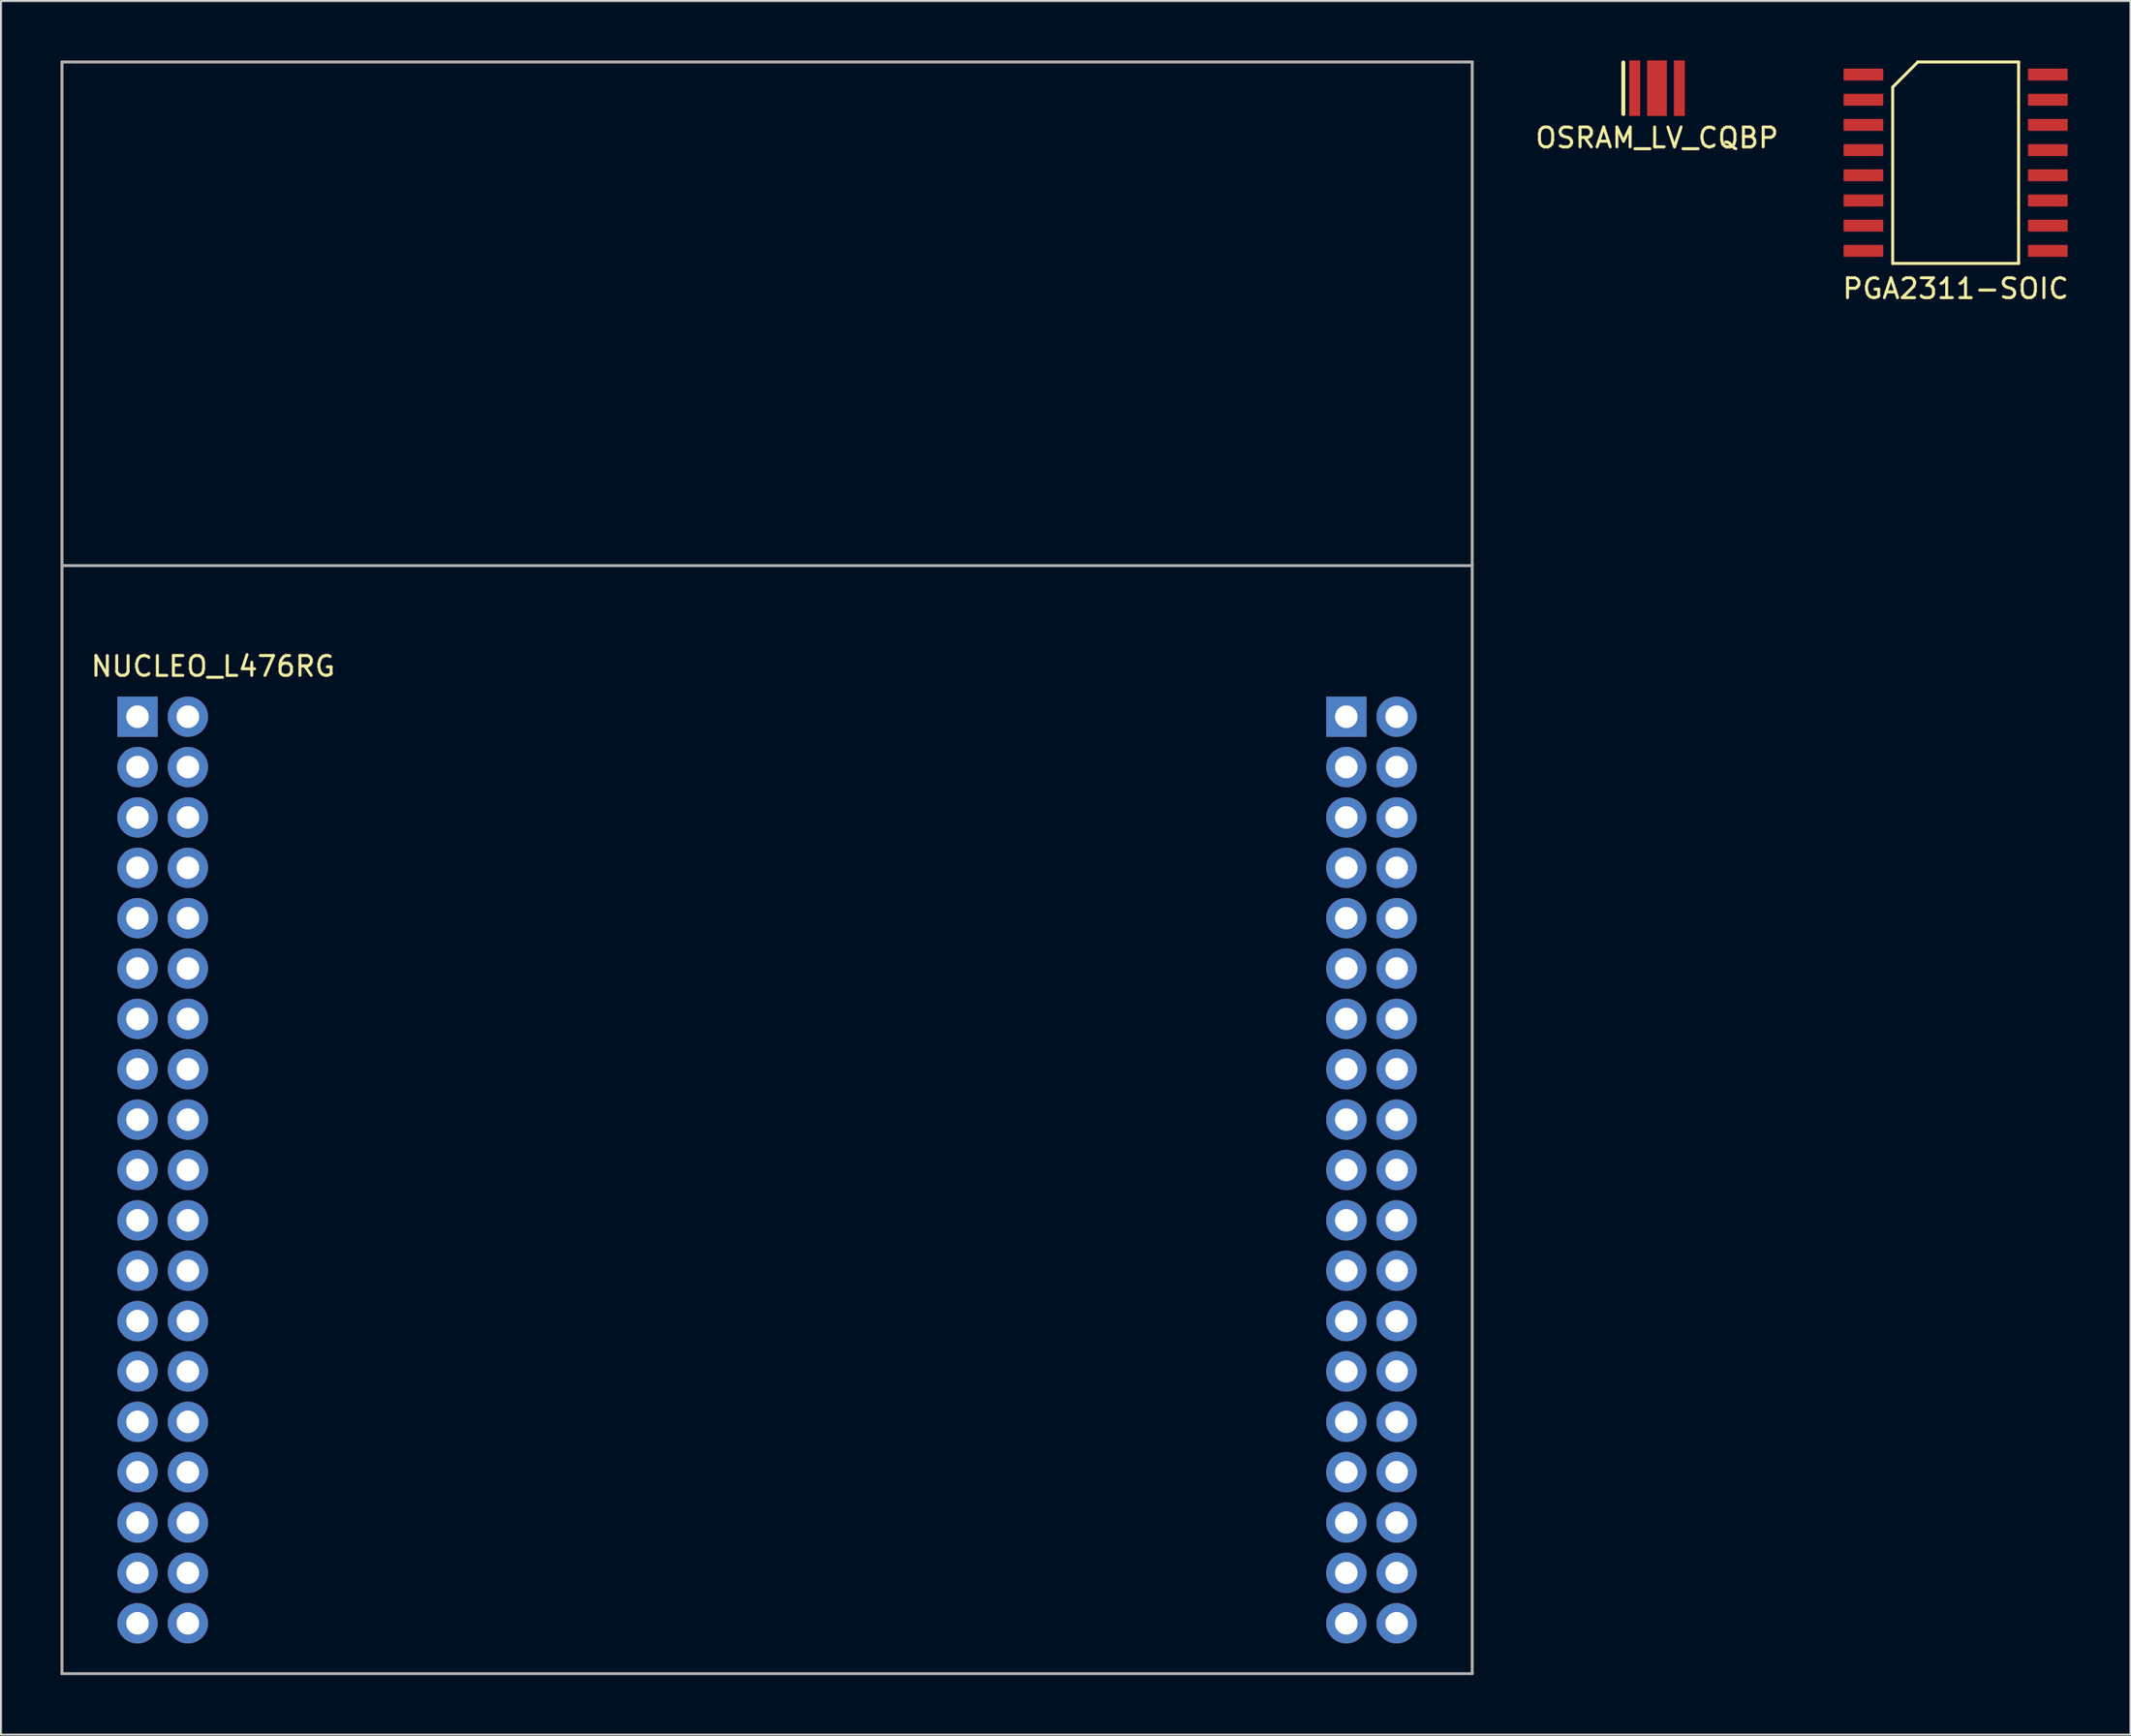
<source format=kicad_pcb>
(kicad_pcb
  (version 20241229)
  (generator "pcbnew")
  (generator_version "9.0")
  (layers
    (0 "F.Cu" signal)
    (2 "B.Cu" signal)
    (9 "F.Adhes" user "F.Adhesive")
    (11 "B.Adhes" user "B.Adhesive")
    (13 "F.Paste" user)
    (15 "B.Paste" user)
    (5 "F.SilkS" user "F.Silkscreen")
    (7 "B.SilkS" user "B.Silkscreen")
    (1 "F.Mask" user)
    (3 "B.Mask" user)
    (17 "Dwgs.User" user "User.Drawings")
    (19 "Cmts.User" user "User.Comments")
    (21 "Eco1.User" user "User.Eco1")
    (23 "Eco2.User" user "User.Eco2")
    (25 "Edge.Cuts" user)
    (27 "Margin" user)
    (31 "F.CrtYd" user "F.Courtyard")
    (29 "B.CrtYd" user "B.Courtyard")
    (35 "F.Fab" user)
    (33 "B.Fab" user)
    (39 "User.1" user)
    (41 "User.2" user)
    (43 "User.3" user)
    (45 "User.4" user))
  (footprint "OSRAM_LV_CQBP"
    (layer "F.Cu")
    (at 80.514 1.4)
    (property "Reference" "OSRAM_LV_CQBP" (at 0 2.5 0) (layer "F.SilkS") (effects (font (size 1 1) (thickness 0.15))))
    (attr through_hole)
    (fp_line (start -1.7 1.3) (end -1.7 -1.3) (stroke (width 0.2) (type solid)) (layer "F.SilkS"))
    (pad "" smd rect (at -1.125 0) (size 0.4 2.8) (layers "F.Paste"))
    (pad "" smd rect (at 0 -0.725) (size 0.9 1.15) (layers "F.Paste"))
    (pad "" smd rect (at 0 0) (size 1 2.8) (layers "F.Cu" "F.Mask"))
    (pad "" smd rect (at 0 0.725) (size 0.9 1.15) (layers "F.Paste"))
    (pad "" smd rect (at 1.125 0) (size 0.4 2.8) (layers "F.Paste"))
    (pad "1" smd rect (at -1.125 0) (size 0.55 2.8) (layers "F.Cu" "F.Mask"))
    (pad "2" smd rect (at 1.125 0) (size 0.55 2.8) (layers "F.Cu" "F.Mask")))
  (footprint "NUCLEO_L476RG"
    (layer "F.Cu")
    (at 35.635 55.955)
    (property "Reference" "NUCLEO_L476RG" (at -27.94 -25.4 0) (layer "F.SilkS") (effects (font (size 1 1) (thickness 0.15))))
    (attr through_hole)
    (fp_line (start -35.56 25.4) (end -35.56 -55.88) (stroke (width 0.15) (type solid)) (layer "F.Fab"))
    (fp_line (start -35.56 25.4) (end 35.56 25.4) (stroke (width 0.15) (type solid)) (layer "F.Fab"))
    (fp_line (start 35.56 -55.88) (end -35.56 -55.88) (stroke (width 0.15) (type solid)) (layer "F.Fab"))
    (fp_line (start 35.56 -30.48) (end -35.56 -30.48) (stroke (width 0.15) (type solid)) (layer "F.Fab"))
    (fp_line (start 35.56 25.4) (end 35.56 -55.88) (stroke (width 0.15) (type solid)) (layer "F.Fab"))
    (pad "1" thru_hole rect (at -31.75 -22.86) (size 2.032 2.032) (drill 1.143) (layers "*.Cu" "*.Mask"))
    (pad "2" thru_hole circle (at -29.21 -22.86) (size 2.032 2.032) (drill 1.143) (layers "*.Cu" "*.Mask"))
    (pad "3" thru_hole circle (at -31.75 -20.32) (size 2.032 2.032) (drill 1.143) (layers "*.Cu" "*.Mask"))
    (pad "4" thru_hole circle (at -29.21 -20.32) (size 2.032 2.032) (drill 1.143) (layers "*.Cu" "*.Mask"))
    (pad "5" thru_hole circle (at -31.75 -17.78) (size 2.032 2.032) (drill 1.143) (layers "*.Cu" "*.Mask"))
    (pad "6" thru_hole circle (at -29.21 -17.78) (size 2.032 2.032) (drill 1.143) (layers "*.Cu" "*.Mask"))
    (pad "7" thru_hole circle (at -31.75 -15.24) (size 2.032 2.032) (drill 1.143) (layers "*.Cu" "*.Mask"))
    (pad "8" thru_hole circle (at -29.21 -15.24) (size 2.032 2.032) (drill 1.143) (layers "*.Cu" "*.Mask"))
    (pad "9" thru_hole circle (at -31.75 -12.7) (size 2.032 2.032) (drill 1.143) (layers "*.Cu" "*.Mask"))
    (pad "10" thru_hole circle (at -29.21 -12.7) (size 2.032 2.032) (drill 1.143) (layers "*.Cu" "*.Mask"))
    (pad "11" thru_hole circle (at -31.75 -10.16) (size 2.032 2.032) (drill 1.143) (layers "*.Cu" "*.Mask"))
    (pad "12" thru_hole circle (at -29.21 -10.16) (size 2.032 2.032) (drill 1.143) (layers "*.Cu" "*.Mask"))
    (pad "13" thru_hole circle (at -31.75 -7.62) (size 2.032 2.032) (drill 1.143) (layers "*.Cu" "*.Mask"))
    (pad "14" thru_hole circle (at -29.21 -7.62) (size 2.032 2.032) (drill 1.143) (layers "*.Cu" "*.Mask"))
    (pad "15" thru_hole circle (at -31.75 -5.08) (size 2.032 2.032) (drill 1.143) (layers "*.Cu" "*.Mask"))
    (pad "16" thru_hole circle (at -29.21 -5.08) (size 2.032 2.032) (drill 1.143) (layers "*.Cu" "*.Mask"))
    (pad "17" thru_hole circle (at -31.75 -2.54) (size 2.032 2.032) (drill 1.143) (layers "*.Cu" "*.Mask"))
    (pad "18" thru_hole circle (at -29.21 -2.54) (size 2.032 2.032) (drill 1.143) (layers "*.Cu" "*.Mask"))
    (pad "19" thru_hole circle (at -31.75 0) (size 2.032 2.032) (drill 1.143) (layers "*.Cu" "*.Mask"))
    (pad "20" thru_hole circle (at -29.21 0) (size 2.032 2.032) (drill 1.143) (layers "*.Cu" "*.Mask"))
    (pad "21" thru_hole circle (at -31.75 2.54) (size 2.032 2.032) (drill 1.143) (layers "*.Cu" "*.Mask"))
    (pad "22" thru_hole circle (at -29.21 2.54) (size 2.032 2.032) (drill 1.143) (layers "*.Cu" "*.Mask"))
    (pad "23" thru_hole circle (at -31.75 5.08) (size 2.032 2.032) (drill 1.143) (layers "*.Cu" "*.Mask"))
    (pad "24" thru_hole circle (at -29.21 5.08) (size 2.032 2.032) (drill 1.143) (layers "*.Cu" "*.Mask"))
    (pad "25" thru_hole circle (at -31.75 7.62) (size 2.032 2.032) (drill 1.143) (layers "*.Cu" "*.Mask"))
    (pad "26" thru_hole circle (at -29.21 7.62) (size 2.032 2.032) (drill 1.143) (layers "*.Cu" "*.Mask"))
    (pad "27" thru_hole circle (at -31.75 10.16) (size 2.032 2.032) (drill 1.143) (layers "*.Cu" "*.Mask"))
    (pad "28" thru_hole circle (at -29.21 10.16) (size 2.032 2.032) (drill 1.143) (layers "*.Cu" "*.Mask"))
    (pad "29" thru_hole circle (at -31.75 12.7) (size 2.032 2.032) (drill 1.143) (layers "*.Cu" "*.Mask"))
    (pad "30" thru_hole circle (at -29.21 12.7) (size 2.032 2.032) (drill 1.143) (layers "*.Cu" "*.Mask"))
    (pad "31" thru_hole circle (at -31.75 15.24) (size 2.032 2.032) (drill 1.143) (layers "*.Cu" "*.Mask"))
    (pad "32" thru_hole circle (at -29.21 15.24) (size 2.032 2.032) (drill 1.143) (layers "*.Cu" "*.Mask"))
    (pad "33" thru_hole circle (at -31.75 17.78) (size 2.032 2.032) (drill 1.143) (layers "*.Cu" "*.Mask"))
    (pad "34" thru_hole circle (at -29.21 17.78) (size 2.032 2.032) (drill 1.143) (layers "*.Cu" "*.Mask"))
    (pad "35" thru_hole circle (at -31.75 20.32) (size 2.032 2.032) (drill 1.143) (layers "*.Cu" "*.Mask"))
    (pad "36" thru_hole circle (at -29.21 20.32) (size 2.032 2.032) (drill 1.143) (layers "*.Cu" "*.Mask"))
    (pad "37" thru_hole circle (at -31.75 22.86) (size 2.032 2.032) (drill 1.143) (layers "*.Cu" "*.Mask"))
    (pad "38" thru_hole circle (at -29.21 22.86) (size 2.032 2.032) (drill 1.143) (layers "*.Cu" "*.Mask"))
    (pad "39" thru_hole rect (at 29.21 -22.86) (size 2.032 2.032) (drill 1.143) (layers "*.Cu" "*.Mask"))
    (pad "40" thru_hole circle (at 31.75 -22.86) (size 2.032 2.032) (drill 1.143) (layers "*.Cu" "*.Mask"))
    (pad "41" thru_hole circle (at 29.21 -20.32) (size 2.032 2.032) (drill 1.143) (layers "*.Cu" "*.Mask"))
    (pad "42" thru_hole circle (at 31.75 -20.32) (size 2.032 2.032) (drill 1.143) (layers "*.Cu" "*.Mask"))
    (pad "43" thru_hole circle (at 29.21 -17.78) (size 2.032 2.032) (drill 1.143) (layers "*.Cu" "*.Mask"))
    (pad "44" thru_hole circle (at 31.75 -17.78) (size 2.032 2.032) (drill 1.143) (layers "*.Cu" "*.Mask"))
    (pad "45" thru_hole circle (at 29.21 -15.24) (size 2.032 2.032) (drill 1.143) (layers "*.Cu" "*.Mask"))
    (pad "46" thru_hole circle (at 31.75 -15.24) (size 2.032 2.032) (drill 1.143) (layers "*.Cu" "*.Mask"))
    (pad "47" thru_hole circle (at 29.21 -12.7) (size 2.032 2.032) (drill 1.143) (layers "*.Cu" "*.Mask"))
    (pad "48" thru_hole circle (at 31.75 -12.7) (size 2.032 2.032) (drill 1.143) (layers "*.Cu" "*.Mask"))
    (pad "49" thru_hole circle (at 29.21 -10.16) (size 2.032 2.032) (drill 1.143) (layers "*.Cu" "*.Mask"))
    (pad "50" thru_hole circle (at 31.75 -10.16) (size 2.032 2.032) (drill 1.143) (layers "*.Cu" "*.Mask"))
    (pad "51" thru_hole circle (at 29.21 -7.62) (size 2.032 2.032) (drill 1.143) (layers "*.Cu" "*.Mask"))
    (pad "52" thru_hole circle (at 31.75 -7.62) (size 2.032 2.032) (drill 1.143) (layers "*.Cu" "*.Mask"))
    (pad "53" thru_hole circle (at 29.21 -5.08) (size 2.032 2.032) (drill 1.143) (layers "*.Cu" "*.Mask"))
    (pad "54" thru_hole circle (at 31.75 -5.08) (size 2.032 2.032) (drill 1.143) (layers "*.Cu" "*.Mask"))
    (pad "55" thru_hole circle (at 29.21 -2.54) (size 2.032 2.032) (drill 1.143) (layers "*.Cu" "*.Mask"))
    (pad "56" thru_hole circle (at 31.75 -2.54) (size 2.032 2.032) (drill 1.143) (layers "*.Cu" "*.Mask"))
    (pad "57" thru_hole circle (at 29.21 0) (size 2.032 2.032) (drill 1.143) (layers "*.Cu" "*.Mask"))
    (pad "58" thru_hole circle (at 31.75 0) (size 2.032 2.032) (drill 1.143) (layers "*.Cu" "*.Mask"))
    (pad "59" thru_hole circle (at 29.21 2.54) (size 2.032 2.032) (drill 1.143) (layers "*.Cu" "*.Mask"))
    (pad "60" thru_hole circle (at 31.75 2.54) (size 2.032 2.032) (drill 1.143) (layers "*.Cu" "*.Mask"))
    (pad "61" thru_hole circle (at 29.21 5.08) (size 2.032 2.032) (drill 1.143) (layers "*.Cu" "*.Mask"))
    (pad "62" thru_hole circle (at 31.75 5.08) (size 2.032 2.032) (drill 1.143) (layers "*.Cu" "*.Mask"))
    (pad "63" thru_hole circle (at 29.21 7.62) (size 2.032 2.032) (drill 1.143) (layers "*.Cu" "*.Mask"))
    (pad "64" thru_hole circle (at 31.75 7.62) (size 2.032 2.032) (drill 1.143) (layers "*.Cu" "*.Mask"))
    (pad "65" thru_hole circle (at 29.21 10.16) (size 2.032 2.032) (drill 1.143) (layers "*.Cu" "*.Mask"))
    (pad "66" thru_hole circle (at 31.75 10.16) (size 2.032 2.032) (drill 1.143) (layers "*.Cu" "*.Mask"))
    (pad "67" thru_hole circle (at 29.21 12.7) (size 2.032 2.032) (drill 1.143) (layers "*.Cu" "*.Mask"))
    (pad "68" thru_hole circle (at 31.75 12.7) (size 2.032 2.032) (drill 1.143) (layers "*.Cu" "*.Mask"))
    (pad "69" thru_hole circle (at 29.21 15.24) (size 2.032 2.032) (drill 1.143) (layers "*.Cu" "*.Mask"))
    (pad "70" thru_hole circle (at 31.75 15.24) (size 2.032 2.032) (drill 1.143) (layers "*.Cu" "*.Mask"))
    (pad "71" thru_hole circle (at 29.21 17.78) (size 2.032 2.032) (drill 1.143) (layers "*.Cu" "*.Mask"))
    (pad "72" thru_hole circle (at 31.75 17.78) (size 2.032 2.032) (drill 1.143) (layers "*.Cu" "*.Mask"))
    (pad "73" thru_hole circle (at 29.21 20.32) (size 2.032 2.032) (drill 1.143) (layers "*.Cu" "*.Mask"))
    (pad "74" thru_hole circle (at 31.75 20.32) (size 2.032 2.032) (drill 1.143) (layers "*.Cu" "*.Mask"))
    (pad "75" thru_hole circle (at 29.21 22.86) (size 2.032 2.032) (drill 1.143) (layers "*.Cu" "*.Mask"))
    (pad "76" thru_hole circle (at 31.75 22.86) (size 2.032 2.032) (drill 1.143) (layers "*.Cu" "*.Mask")))
  (footprint "PGA2311-SOIC"
    (layer "F.Cu")
    (at 95.574 5.155)
    (property "Reference" "PGA2311-SOIC" (at 0 6.35 0) (layer "F.SilkS") (effects (font (size 1 1) (thickness 0.15))))
    (attr through_hole)
    (fp_line (start -3.175 -3.81) (end -3.175 5.08) (stroke (width 0.15) (type solid)) (layer "F.SilkS"))
    (fp_line (start -3.175 5.08) (end 3.175 5.08) (stroke (width 0.15) (type solid)) (layer "F.SilkS"))
    (fp_line (start -1.905 -5.08) (end -3.175 -3.81) (stroke (width 0.15) (type solid)) (layer "F.SilkS"))
    (fp_line (start 3.175 -5.08) (end -1.905 -5.08) (stroke (width 0.15) (type solid)) (layer "F.SilkS"))
    (fp_line (start 3.175 5.08) (end 3.175 -5.08) (stroke (width 0.15) (type solid)) (layer "F.SilkS"))
    (pad "1" smd rect (at -4.65 -4.445) (size 2 0.6) (layers "F.Cu" "F.Mask" "F.Paste"))
    (pad "2" smd rect (at -4.65 -3.175) (size 2 0.6) (layers "F.Cu" "F.Mask" "F.Paste"))
    (pad "3" smd rect (at -4.65 -1.905) (size 2 0.6) (layers "F.Cu" "F.Mask" "F.Paste"))
    (pad "4" smd rect (at -4.65 -0.635) (size 2 0.6) (layers "F.Cu" "F.Mask" "F.Paste"))
    (pad "5" smd rect (at -4.65 0.635) (size 2 0.6) (layers "F.Cu" "F.Mask" "F.Paste"))
    (pad "6" smd rect (at -4.65 1.905) (size 2 0.6) (layers "F.Cu" "F.Mask" "F.Paste"))
    (pad "7" smd rect (at -4.65 3.175) (size 2 0.6) (layers "F.Cu" "F.Mask" "F.Paste"))
    (pad "8" smd rect (at -4.65 4.445) (size 2 0.6) (layers "F.Cu" "F.Mask" "F.Paste"))
    (pad "9" smd rect (at 4.65 4.445) (size 2 0.6) (layers "F.Cu" "F.Mask" "F.Paste"))
    (pad "10" smd rect (at 4.65 3.175) (size 2 0.6) (layers "F.Cu" "F.Mask" "F.Paste"))
    (pad "11" smd rect (at 4.65 1.905) (size 2 0.6) (layers "F.Cu" "F.Mask" "F.Paste"))
    (pad "12" smd rect (at 4.65 0.635) (size 2 0.6) (layers "F.Cu" "F.Mask" "F.Paste"))
    (pad "13" smd rect (at 4.65 -0.635) (size 2 0.6) (layers "F.Cu" "F.Mask" "F.Paste"))
    (pad "14" smd rect (at 4.65 -1.905) (size 2 0.6) (layers "F.Cu" "F.Mask" "F.Paste"))
    (pad "15" smd rect (at 4.65 -3.175) (size 2 0.6) (layers "F.Cu" "F.Mask" "F.Paste"))
    (pad "16" smd rect (at 4.65 -4.445) (size 2 0.6) (layers "F.Cu" "F.Mask" "F.Paste")))
  (gr_rect
    (start -3 -3)
    (end 104.389 84.43)
    (stroke (width 0.1) (type default))
    (fill no)
    (layer "Edge.Cuts")))
</source>
